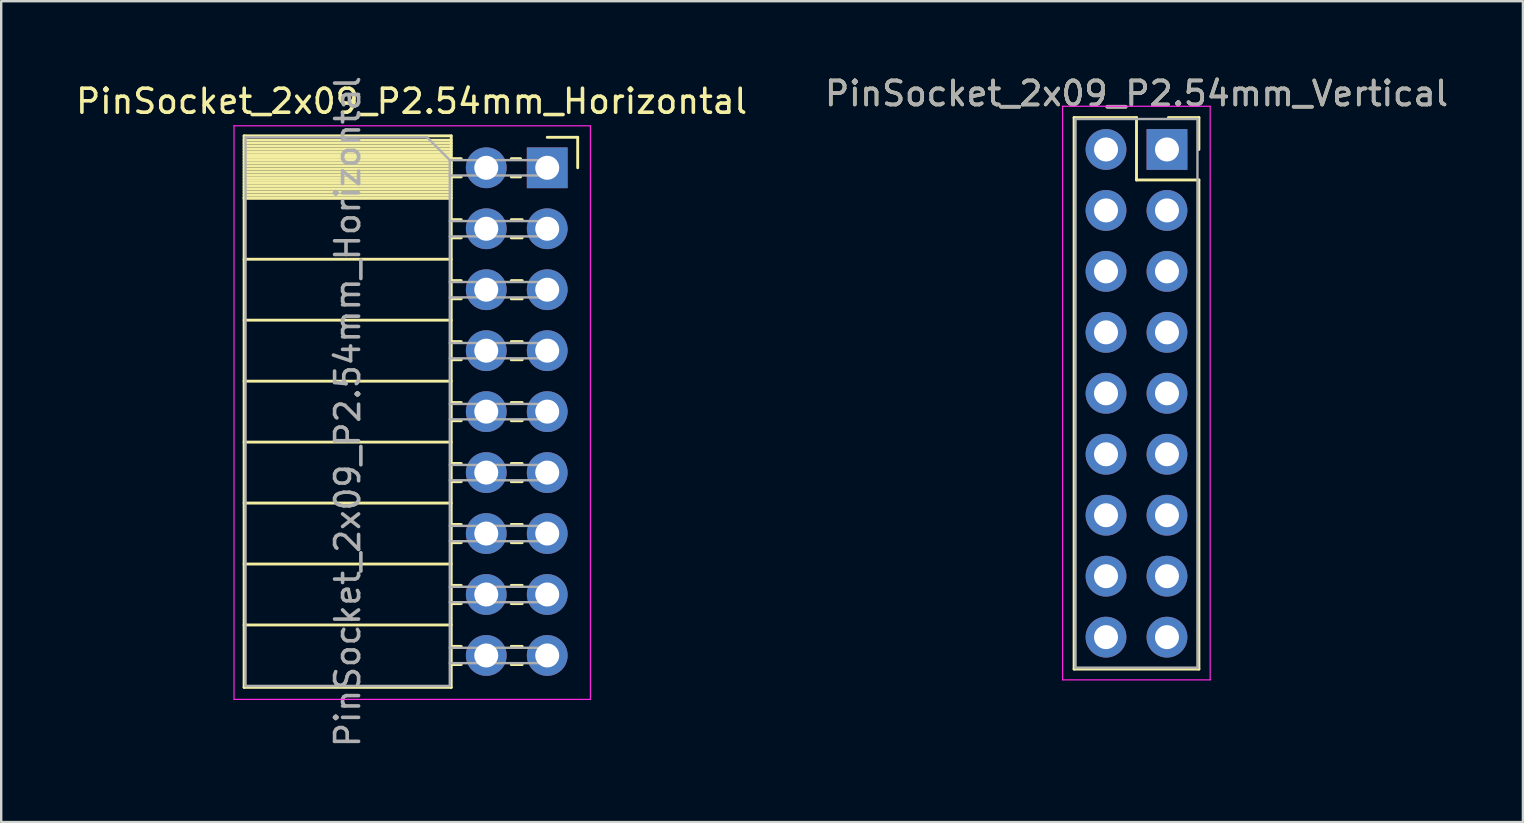
<source format=kicad_pcb>
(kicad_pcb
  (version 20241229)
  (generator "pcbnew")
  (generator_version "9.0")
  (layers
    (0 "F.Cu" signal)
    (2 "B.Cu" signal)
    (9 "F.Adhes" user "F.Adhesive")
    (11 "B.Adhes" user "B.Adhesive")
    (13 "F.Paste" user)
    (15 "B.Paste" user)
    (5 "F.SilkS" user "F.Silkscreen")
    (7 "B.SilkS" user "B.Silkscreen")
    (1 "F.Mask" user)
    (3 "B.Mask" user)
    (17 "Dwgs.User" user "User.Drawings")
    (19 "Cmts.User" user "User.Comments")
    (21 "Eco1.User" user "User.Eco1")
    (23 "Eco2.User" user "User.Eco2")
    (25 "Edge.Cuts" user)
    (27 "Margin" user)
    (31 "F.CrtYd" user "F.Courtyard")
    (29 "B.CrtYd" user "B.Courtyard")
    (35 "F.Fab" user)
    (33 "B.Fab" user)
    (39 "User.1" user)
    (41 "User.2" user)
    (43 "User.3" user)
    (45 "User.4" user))
  (footprint "PinSocket_2x09_P2.54mm_Horizontal"
    (layer "F.Cu")
    (at 19.751 3.941)
    (property "Reference" "PinSocket_2x09_P2.54mm_Horizontal" (at -5.65 -2.77 0) (layer "F.SilkS") (effects (font (size 1 1) (thickness 0.15))))
    (attr through_hole)
    (fp_line (start -12.63 -1.33) (end -12.63 21.65) (stroke (width 0.12) (type solid)) (layer "F.SilkS"))
    (fp_line (start -12.63 -1.33) (end -4 -1.33) (stroke (width 0.12) (type solid)) (layer "F.SilkS"))
    (fp_line (start -12.63 -1.15) (end -4 -1.15) (stroke (width 0.12) (type solid)) (layer "F.SilkS"))
    (fp_line (start -12.63 -1.03) (end -4 -1.03) (stroke (width 0.12) (type solid)) (layer "F.SilkS"))
    (fp_line (start -12.63 -0.91) (end -4 -0.91) (stroke (width 0.12) (type solid)) (layer "F.SilkS"))
    (fp_line (start -12.63 -0.79) (end -4 -0.79) (stroke (width 0.12) (type solid)) (layer "F.SilkS"))
    (fp_line (start -12.63 -0.67) (end -4 -0.67) (stroke (width 0.12) (type solid)) (layer "F.SilkS"))
    (fp_line (start -12.63 -0.55) (end -4 -0.55) (stroke (width 0.12) (type solid)) (layer "F.SilkS"))
    (fp_line (start -12.63 -0.43) (end -4 -0.43) (stroke (width 0.12) (type solid)) (layer "F.SilkS"))
    (fp_line (start -12.63 -0.31) (end -4 -0.31) (stroke (width 0.12) (type solid)) (layer "F.SilkS"))
    (fp_line (start -12.63 -0.19) (end -4 -0.19) (stroke (width 0.12) (type solid)) (layer "F.SilkS"))
    (fp_line (start -12.63 -0.07) (end -4 -0.07) (stroke (width 0.12) (type solid)) (layer "F.SilkS"))
    (fp_line (start -12.63 0.05) (end -4 0.05) (stroke (width 0.12) (type solid)) (layer "F.SilkS"))
    (fp_line (start -12.63 0.17) (end -4 0.17) (stroke (width 0.12) (type solid)) (layer "F.SilkS"))
    (fp_line (start -12.63 0.29) (end -4 0.29) (stroke (width 0.12) (type solid)) (layer "F.SilkS"))
    (fp_line (start -12.63 0.41) (end -4 0.41) (stroke (width 0.12) (type solid)) (layer "F.SilkS"))
    (fp_line (start -12.63 0.53) (end -4 0.53) (stroke (width 0.12) (type solid)) (layer "F.SilkS"))
    (fp_line (start -12.63 0.65) (end -4 0.65) (stroke (width 0.12) (type solid)) (layer "F.SilkS"))
    (fp_line (start -12.63 0.77) (end -4 0.77) (stroke (width 0.12) (type solid)) (layer "F.SilkS"))
    (fp_line (start -12.63 0.89) (end -4 0.89) (stroke (width 0.12) (type solid)) (layer "F.SilkS"))
    (fp_line (start -12.63 1.01) (end -4 1.01) (stroke (width 0.12) (type solid)) (layer "F.SilkS"))
    (fp_line (start -12.63 1.13) (end -4 1.13) (stroke (width 0.12) (type solid)) (layer "F.SilkS"))
    (fp_line (start -12.63 1.25) (end -4 1.25) (stroke (width 0.12) (type solid)) (layer "F.SilkS"))
    (fp_line (start -12.63 1.27) (end -4 1.27) (stroke (width 0.12) (type solid)) (layer "F.SilkS"))
    (fp_line (start -12.63 3.81) (end -4 3.81) (stroke (width 0.12) (type solid)) (layer "F.SilkS"))
    (fp_line (start -12.63 6.35) (end -4 6.35) (stroke (width 0.12) (type solid)) (layer "F.SilkS"))
    (fp_line (start -12.63 8.89) (end -4 8.89) (stroke (width 0.12) (type solid)) (layer "F.SilkS"))
    (fp_line (start -12.63 11.43) (end -4 11.43) (stroke (width 0.12) (type solid)) (layer "F.SilkS"))
    (fp_line (start -12.63 13.97) (end -4 13.97) (stroke (width 0.12) (type solid)) (layer "F.SilkS"))
    (fp_line (start -12.63 16.51) (end -4 16.51) (stroke (width 0.12) (type solid)) (layer "F.SilkS"))
    (fp_line (start -12.63 19.05) (end -4 19.05) (stroke (width 0.12) (type solid)) (layer "F.SilkS"))
    (fp_line (start -12.63 21.65) (end -4 21.65) (stroke (width 0.12) (type solid)) (layer "F.SilkS"))
    (fp_line (start -4 -1.33) (end -4 21.65) (stroke (width 0.12) (type solid)) (layer "F.SilkS"))
    (fp_line (start -4 -0.38) (end -3.583 -0.38) (stroke (width 0.12) (type solid)) (layer "F.SilkS"))
    (fp_line (start -4 0.38) (end -3.583 0.38) (stroke (width 0.12) (type solid)) (layer "F.SilkS"))
    (fp_line (start -4 2.16) (end -3.583 2.16) (stroke (width 0.12) (type solid)) (layer "F.SilkS"))
    (fp_line (start -4 2.92) (end -3.583 2.92) (stroke (width 0.12) (type solid)) (layer "F.SilkS"))
    (fp_line (start -4 4.7) (end -3.583 4.7) (stroke (width 0.12) (type solid)) (layer "F.SilkS"))
    (fp_line (start -4 5.46) (end -3.583 5.46) (stroke (width 0.12) (type solid)) (layer "F.SilkS"))
    (fp_line (start -4 7.24) (end -3.583 7.24) (stroke (width 0.12) (type solid)) (layer "F.SilkS"))
    (fp_line (start -4 8) (end -3.583 8) (stroke (width 0.12) (type solid)) (layer "F.SilkS"))
    (fp_line (start -4 9.78) (end -3.583 9.78) (stroke (width 0.12) (type solid)) (layer "F.SilkS"))
    (fp_line (start -4 10.54) (end -3.583 10.54) (stroke (width 0.12) (type solid)) (layer "F.SilkS"))
    (fp_line (start -4 12.32) (end -3.583 12.32) (stroke (width 0.12) (type solid)) (layer "F.SilkS"))
    (fp_line (start -4 13.08) (end -3.583 13.08) (stroke (width 0.12) (type solid)) (layer "F.SilkS"))
    (fp_line (start -4 14.86) (end -3.583 14.86) (stroke (width 0.12) (type solid)) (layer "F.SilkS"))
    (fp_line (start -4 15.62) (end -3.583 15.62) (stroke (width 0.12) (type solid)) (layer "F.SilkS"))
    (fp_line (start -4 17.4) (end -3.583 17.4) (stroke (width 0.12) (type solid)) (layer "F.SilkS"))
    (fp_line (start -4 18.16) (end -3.583 18.16) (stroke (width 0.12) (type solid)) (layer "F.SilkS"))
    (fp_line (start -4 19.94) (end -3.583 19.94) (stroke (width 0.12) (type solid)) (layer "F.SilkS"))
    (fp_line (start -4 20.7) (end -3.583 20.7) (stroke (width 0.12) (type solid)) (layer "F.SilkS"))
    (fp_line (start -1.497 -0.38) (end -1.11 -0.38) (stroke (width 0.12) (type solid)) (layer "F.SilkS"))
    (fp_line (start -1.497 0.38) (end -1.11 0.38) (stroke (width 0.12) (type solid)) (layer "F.SilkS"))
    (fp_line (start -1.497 2.16) (end -1.043 2.16) (stroke (width 0.12) (type solid)) (layer "F.SilkS"))
    (fp_line (start -1.497 2.92) (end -1.043 2.92) (stroke (width 0.12) (type solid)) (layer "F.SilkS"))
    (fp_line (start -1.497 4.7) (end -1.043 4.7) (stroke (width 0.12) (type solid)) (layer "F.SilkS"))
    (fp_line (start -1.497 5.46) (end -1.043 5.46) (stroke (width 0.12) (type solid)) (layer "F.SilkS"))
    (fp_line (start -1.497 7.24) (end -1.043 7.24) (stroke (width 0.12) (type solid)) (layer "F.SilkS"))
    (fp_line (start -1.497 8) (end -1.043 8) (stroke (width 0.12) (type solid)) (layer "F.SilkS"))
    (fp_line (start -1.497 9.78) (end -1.043 9.78) (stroke (width 0.12) (type solid)) (layer "F.SilkS"))
    (fp_line (start -1.497 10.54) (end -1.043 10.54) (stroke (width 0.12) (type solid)) (layer "F.SilkS"))
    (fp_line (start -1.497 12.32) (end -1.043 12.32) (stroke (width 0.12) (type solid)) (layer "F.SilkS"))
    (fp_line (start -1.497 13.08) (end -1.043 13.08) (stroke (width 0.12) (type solid)) (layer "F.SilkS"))
    (fp_line (start -1.497 14.86) (end -1.043 14.86) (stroke (width 0.12) (type solid)) (layer "F.SilkS"))
    (fp_line (start -1.497 15.62) (end -1.043 15.62) (stroke (width 0.12) (type solid)) (layer "F.SilkS"))
    (fp_line (start -1.497 17.4) (end -1.043 17.4) (stroke (width 0.12) (type solid)) (layer "F.SilkS"))
    (fp_line (start -1.497 18.16) (end -1.043 18.16) (stroke (width 0.12) (type solid)) (layer "F.SilkS"))
    (fp_line (start -1.497 19.94) (end -1.043 19.94) (stroke (width 0.12) (type solid)) (layer "F.SilkS"))
    (fp_line (start -1.497 20.7) (end -1.043 20.7) (stroke (width 0.12) (type solid)) (layer "F.SilkS"))
    (fp_line (start 0 -1.27) (end 1.27 -1.27) (stroke (width 0.12) (type solid)) (layer "F.SilkS"))
    (fp_line (start 1.27 -1.27) (end 1.27 0) (stroke (width 0.12) (type solid)) (layer "F.SilkS"))
    (fp_line (start -13.05 -1.75) (end -13.05 22.15) (stroke (width 0.05) (type solid)) (layer "F.CrtYd"))
    (fp_line (start -13.05 22.15) (end 1.8 22.15) (stroke (width 0.05) (type solid)) (layer "F.CrtYd"))
    (fp_line (start 1.8 -1.75) (end -13.05 -1.75) (stroke (width 0.05) (type solid)) (layer "F.CrtYd"))
    (fp_line (start 1.8 22.15) (end 1.8 -1.75) (stroke (width 0.05) (type solid)) (layer "F.CrtYd"))
    (fp_line (start -12.57 -1.27) (end -5.01 -1.27) (stroke (width 0.1) (type solid)) (layer "F.Fab"))
    (fp_line (start -12.57 21.59) (end -12.57 -1.27) (stroke (width 0.1) (type solid)) (layer "F.Fab"))
    (fp_line (start -5.01 -1.27) (end -4.06 -0.32) (stroke (width 0.1) (type solid)) (layer "F.Fab"))
    (fp_line (start -4.06 -0.32) (end -4.06 21.59) (stroke (width 0.1) (type solid)) (layer "F.Fab"))
    (fp_line (start -4.06 0.32) (end 0 0.32) (stroke (width 0.1) (type solid)) (layer "F.Fab"))
    (fp_line (start -4.06 2.86) (end 0 2.86) (stroke (width 0.1) (type solid)) (layer "F.Fab"))
    (fp_line (start -4.06 5.4) (end 0 5.4) (stroke (width 0.1) (type solid)) (layer "F.Fab"))
    (fp_line (start -4.06 7.94) (end 0 7.94) (stroke (width 0.1) (type solid)) (layer "F.Fab"))
    (fp_line (start -4.06 10.48) (end 0 10.48) (stroke (width 0.1) (type solid)) (layer "F.Fab"))
    (fp_line (start -4.06 13.02) (end 0 13.02) (stroke (width 0.1) (type solid)) (layer "F.Fab"))
    (fp_line (start -4.06 15.56) (end 0 15.56) (stroke (width 0.1) (type solid)) (layer "F.Fab"))
    (fp_line (start -4.06 18.1) (end 0 18.1) (stroke (width 0.1) (type solid)) (layer "F.Fab"))
    (fp_line (start -4.06 20.64) (end 0 20.64) (stroke (width 0.1) (type solid)) (layer "F.Fab"))
    (fp_line (start -4.06 21.59) (end -12.57 21.59) (stroke (width 0.1) (type solid)) (layer "F.Fab"))
    (fp_line (start 0 -0.32) (end -4.06 -0.32) (stroke (width 0.1) (type solid)) (layer "F.Fab"))
    (fp_line (start 0 0.32) (end 0 -0.32) (stroke (width 0.1) (type solid)) (layer "F.Fab"))
    (fp_line (start 0 2.22) (end -4.06 2.22) (stroke (width 0.1) (type solid)) (layer "F.Fab"))
    (fp_line (start 0 2.86) (end 0 2.22) (stroke (width 0.1) (type solid)) (layer "F.Fab"))
    (fp_line (start 0 4.76) (end -4.06 4.76) (stroke (width 0.1) (type solid)) (layer "F.Fab"))
    (fp_line (start 0 5.4) (end 0 4.76) (stroke (width 0.1) (type solid)) (layer "F.Fab"))
    (fp_line (start 0 7.3) (end -4.06 7.3) (stroke (width 0.1) (type solid)) (layer "F.Fab"))
    (fp_line (start 0 7.94) (end 0 7.3) (stroke (width 0.1) (type solid)) (layer "F.Fab"))
    (fp_line (start 0 9.84) (end -4.06 9.84) (stroke (width 0.1) (type solid)) (layer "F.Fab"))
    (fp_line (start 0 10.48) (end 0 9.84) (stroke (width 0.1) (type solid)) (layer "F.Fab"))
    (fp_line (start 0 12.38) (end -4.06 12.38) (stroke (width 0.1) (type solid)) (layer "F.Fab"))
    (fp_line (start 0 13.02) (end 0 12.38) (stroke (width 0.1) (type solid)) (layer "F.Fab"))
    (fp_line (start 0 14.92) (end -4.06 14.92) (stroke (width 0.1) (type solid)) (layer "F.Fab"))
    (fp_line (start 0 15.56) (end 0 14.92) (stroke (width 0.1) (type solid)) (layer "F.Fab"))
    (fp_line (start 0 17.46) (end -4.06 17.46) (stroke (width 0.1) (type solid)) (layer "F.Fab"))
    (fp_line (start 0 18.1) (end 0 17.46) (stroke (width 0.1) (type solid)) (layer "F.Fab"))
    (fp_line (start 0 20) (end -4.06 20) (stroke (width 0.1) (type solid)) (layer "F.Fab"))
    (fp_line (start 0 20.64) (end 0 20) (stroke (width 0.1) (type solid)) (layer "F.Fab"))
    (fp_text user "${REFERENCE}" (at -8.315 10.16 90) (layer "F.Fab") (effects (font (size 1 1) (thickness 0.15))))
    (pad "1" thru_hole rect (at 0 0) (size 1.7 1.7) (drill 1) (layers "*.Cu" "*.Mask"))
    (pad "2" thru_hole oval (at -2.54 0) (size 1.7 1.7) (drill 1) (layers "*.Cu" "*.Mask"))
    (pad "3" thru_hole oval (at 0 2.54) (size 1.7 1.7) (drill 1) (layers "*.Cu" "*.Mask"))
    (pad "4" thru_hole oval (at -2.54 2.54) (size 1.7 1.7) (drill 1) (layers "*.Cu" "*.Mask"))
    (pad "5" thru_hole oval (at 0 5.08) (size 1.7 1.7) (drill 1) (layers "*.Cu" "*.Mask"))
    (pad "6" thru_hole oval (at -2.54 5.08) (size 1.7 1.7) (drill 1) (layers "*.Cu" "*.Mask"))
    (pad "7" thru_hole oval (at 0 7.62) (size 1.7 1.7) (drill 1) (layers "*.Cu" "*.Mask"))
    (pad "8" thru_hole oval (at -2.54 7.62) (size 1.7 1.7) (drill 1) (layers "*.Cu" "*.Mask"))
    (pad "9" thru_hole oval (at 0 10.16) (size 1.7 1.7) (drill 1) (layers "*.Cu" "*.Mask"))
    (pad "10" thru_hole oval (at -2.54 10.16) (size 1.7 1.7) (drill 1) (layers "*.Cu" "*.Mask"))
    (pad "11" thru_hole oval (at 0 12.7) (size 1.7 1.7) (drill 1) (layers "*.Cu" "*.Mask"))
    (pad "12" thru_hole oval (at -2.54 12.7) (size 1.7 1.7) (drill 1) (layers "*.Cu" "*.Mask"))
    (pad "13" thru_hole oval (at 0 15.24) (size 1.7 1.7) (drill 1) (layers "*.Cu" "*.Mask"))
    (pad "14" thru_hole oval (at -2.54 15.24) (size 1.7 1.7) (drill 1) (layers "*.Cu" "*.Mask"))
    (pad "15" thru_hole oval (at 0 17.78) (size 1.7 1.7) (drill 1) (layers "*.Cu" "*.Mask"))
    (pad "16" thru_hole oval (at -2.54 17.78) (size 1.7 1.7) (drill 1) (layers "*.Cu" "*.Mask"))
    (pad "17" thru_hole oval (at 0 20.32) (size 1.7 1.7) (drill 1) (layers "*.Cu" "*.Mask"))
    (pad "18" thru_hole oval (at -2.54 20.32) (size 1.7 1.7) (drill 1) (layers "*.Cu" "*.Mask")))
  (footprint "PinSocket_2x09_P2.54mm_Vertical"
    (layer "F.Cu")
    (at 45.574 3.178)
    (property "Reference" "PinSocket_2x09_P2.54mm_Vertical" (at -1.27 -2.33 0) (layer "F.SilkS") (effects (font (size 1 1) (thickness 0.15))))
    (attr through_hole)
    (fp_line (start -3.87 -1.33) (end -1.27 -1.33) (stroke (width 0.12) (type solid)) (layer "F.SilkS"))
    (fp_line (start -3.87 21.65) (end -3.87 -1.33) (stroke (width 0.12) (type solid)) (layer "F.SilkS"))
    (fp_line (start -1.27 -1.33) (end -1.27 1.27) (stroke (width 0.12) (type solid)) (layer "F.SilkS"))
    (fp_line (start -1.27 1.27) (end 1.33 1.27) (stroke (width 0.12) (type solid)) (layer "F.SilkS"))
    (fp_line (start 1.33 -1.33) (end 0.06 -1.33) (stroke (width 0.12) (type solid)) (layer "F.SilkS"))
    (fp_line (start 1.33 0) (end 1.33 -1.33) (stroke (width 0.12) (type solid)) (layer "F.SilkS"))
    (fp_line (start 1.33 1.27) (end 1.33 21.65) (stroke (width 0.12) (type solid)) (layer "F.SilkS"))
    (fp_line (start 1.33 21.65) (end -3.87 21.65) (stroke (width 0.12) (type solid)) (layer "F.SilkS"))
    (fp_line (start -4.35 -1.8) (end -4.35 22.1) (stroke (width 0.05) (type solid)) (layer "F.CrtYd"))
    (fp_line (start -4.35 22.1) (end 1.8 22.1) (stroke (width 0.05) (type solid)) (layer "F.CrtYd"))
    (fp_line (start 1.8 -1.8) (end -4.35 -1.8) (stroke (width 0.05) (type solid)) (layer "F.CrtYd"))
    (fp_line (start 1.8 22.1) (end 1.8 -1.8) (stroke (width 0.05) (type solid)) (layer "F.CrtYd"))
    (fp_line (start -3.81 -1.27) (end -3.81 21.59) (stroke (width 0.1) (type solid)) (layer "F.Fab"))
    (fp_line (start -3.81 21.59) (end 1.27 21.59) (stroke (width 0.1) (type solid)) (layer "F.Fab"))
    (fp_line (start 1.27 -1.27) (end -3.81 -1.27) (stroke (width 0.1) (type solid)) (layer "F.Fab"))
    (fp_line (start 1.27 21.59) (end 1.27 -1.27) (stroke (width 0.1) (type solid)) (layer "F.Fab"))
    (fp_text user "${REFERENCE}" (at -1.27 -2.33 0) (layer "F.Fab") (effects (font (size 1 1) (thickness 0.15))))
    (pad "1" thru_hole rect (at 0 0) (size 1.7 1.7) (drill 1) (layers "*.Cu" "*.Mask"))
    (pad "2" thru_hole oval (at -2.54 0) (size 1.7 1.7) (drill 1) (layers "*.Cu" "*.Mask"))
    (pad "3" thru_hole oval (at 0 2.54) (size 1.7 1.7) (drill 1) (layers "*.Cu" "*.Mask"))
    (pad "4" thru_hole oval (at -2.54 2.54) (size 1.7 1.7) (drill 1) (layers "*.Cu" "*.Mask"))
    (pad "5" thru_hole oval (at 0 5.08) (size 1.7 1.7) (drill 1) (layers "*.Cu" "*.Mask"))
    (pad "6" thru_hole oval (at -2.54 5.08) (size 1.7 1.7) (drill 1) (layers "*.Cu" "*.Mask"))
    (pad "7" thru_hole oval (at 0 7.62) (size 1.7 1.7) (drill 1) (layers "*.Cu" "*.Mask"))
    (pad "8" thru_hole oval (at -2.54 7.62) (size 1.7 1.7) (drill 1) (layers "*.Cu" "*.Mask"))
    (pad "9" thru_hole oval (at 0 10.16) (size 1.7 1.7) (drill 1) (layers "*.Cu" "*.Mask"))
    (pad "10" thru_hole oval (at -2.54 10.16) (size 1.7 1.7) (drill 1) (layers "*.Cu" "*.Mask"))
    (pad "11" thru_hole oval (at 0 12.7) (size 1.7 1.7) (drill 1) (layers "*.Cu" "*.Mask"))
    (pad "12" thru_hole oval (at -2.54 12.7) (size 1.7 1.7) (drill 1) (layers "*.Cu" "*.Mask"))
    (pad "13" thru_hole oval (at 0 15.24) (size 1.7 1.7) (drill 1) (layers "*.Cu" "*.Mask"))
    (pad "14" thru_hole oval (at -2.54 15.24) (size 1.7 1.7) (drill 1) (layers "*.Cu" "*.Mask"))
    (pad "15" thru_hole oval (at 0 17.78) (size 1.7 1.7) (drill 1) (layers "*.Cu" "*.Mask"))
    (pad "16" thru_hole oval (at -2.54 17.78) (size 1.7 1.7) (drill 1) (layers "*.Cu" "*.Mask"))
    (pad "17" thru_hole oval (at 0 20.32) (size 1.7 1.7) (drill 1) (layers "*.Cu" "*.Mask"))
    (pad "18" thru_hole oval (at -2.54 20.32) (size 1.7 1.7) (drill 1) (layers "*.Cu" "*.Mask")))
  (gr_rect
    (start -3 -3)
    (end 60.405 31.202)
    (stroke (width 0.1) (type default))
    (fill no)
    (layer "Edge.Cuts")))
</source>
